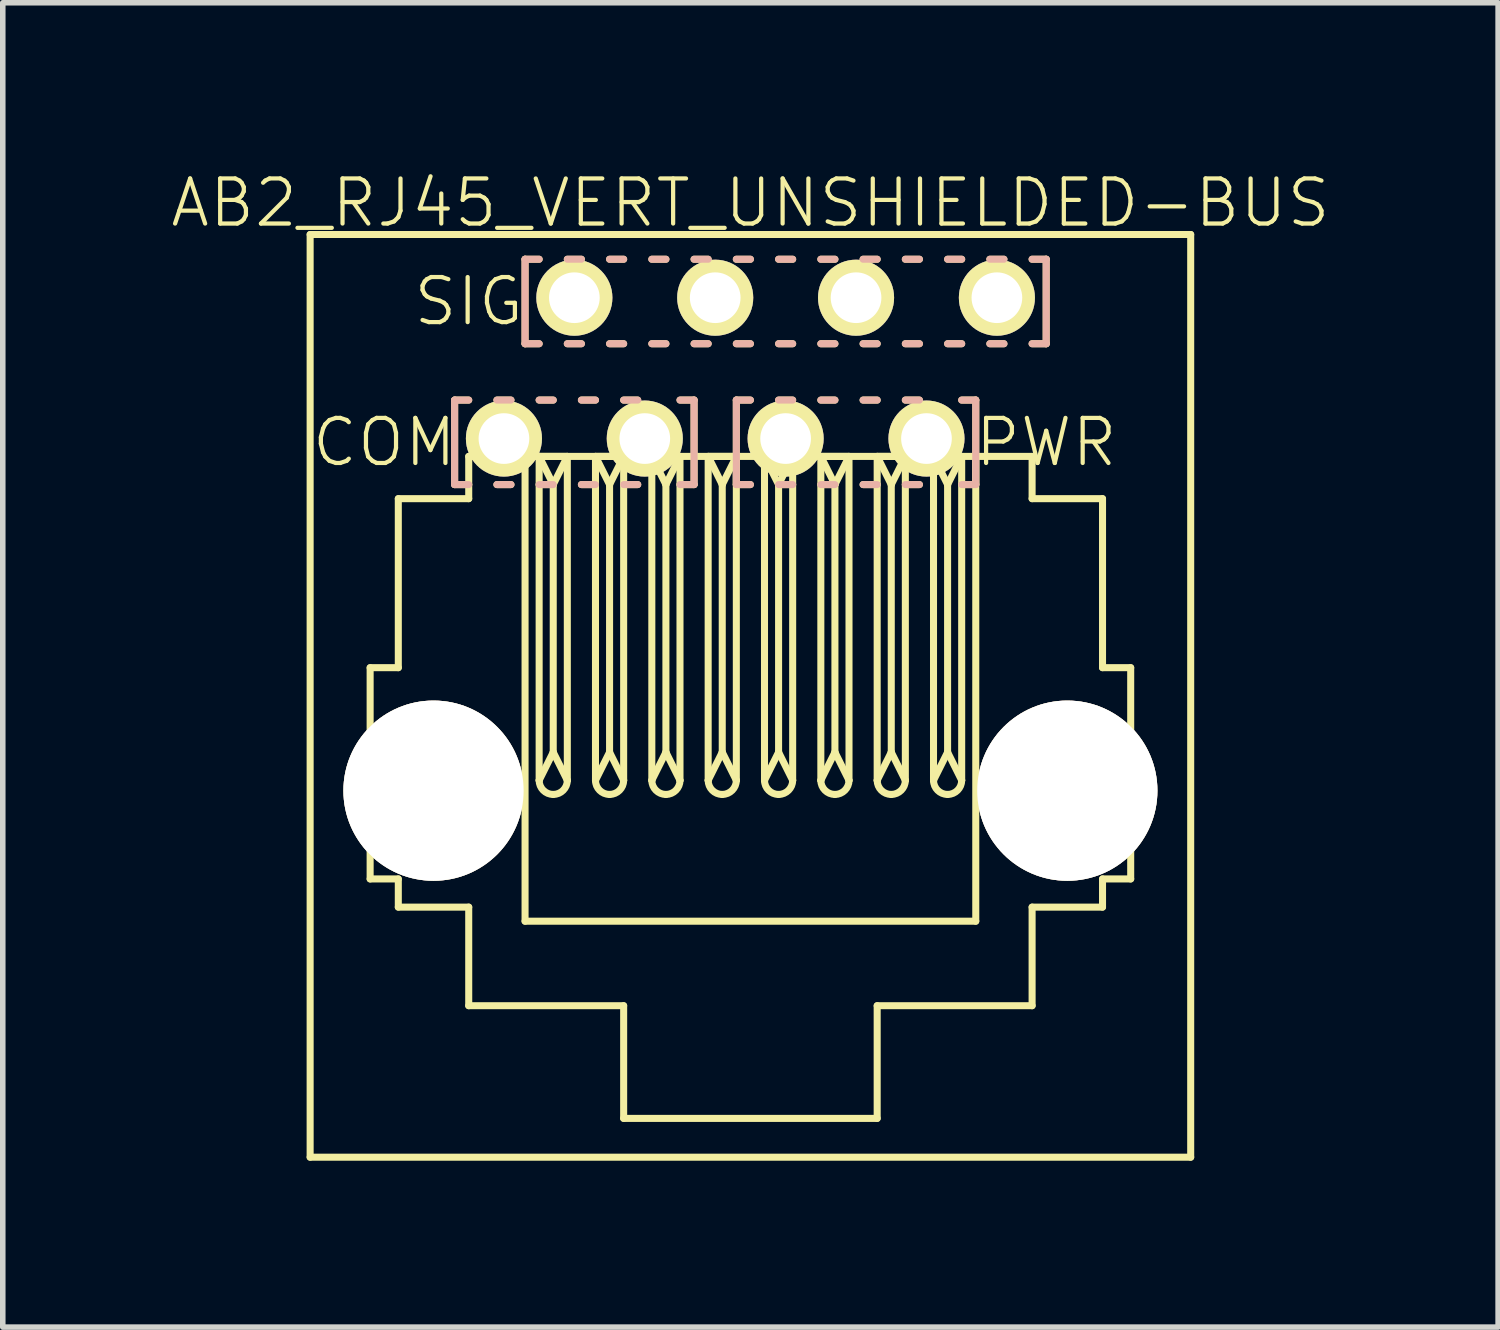
<source format=kicad_pcb>
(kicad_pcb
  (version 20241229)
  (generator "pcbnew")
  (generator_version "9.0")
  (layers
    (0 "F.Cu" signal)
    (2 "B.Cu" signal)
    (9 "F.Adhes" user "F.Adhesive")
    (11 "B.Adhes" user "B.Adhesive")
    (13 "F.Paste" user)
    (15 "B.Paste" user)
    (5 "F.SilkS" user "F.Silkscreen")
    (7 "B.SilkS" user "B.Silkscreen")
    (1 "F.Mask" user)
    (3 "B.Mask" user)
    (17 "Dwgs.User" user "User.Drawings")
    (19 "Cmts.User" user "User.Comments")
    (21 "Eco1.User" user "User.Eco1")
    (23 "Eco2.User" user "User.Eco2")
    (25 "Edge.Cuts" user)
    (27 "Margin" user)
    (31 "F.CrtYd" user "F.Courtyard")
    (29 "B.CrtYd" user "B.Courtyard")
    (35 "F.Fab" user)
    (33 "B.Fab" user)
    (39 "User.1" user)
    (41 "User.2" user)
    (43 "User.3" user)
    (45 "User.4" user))
  (footprint "AB2_RJ45_VERT_UNSHIELDED-BUS"
    (layer "F.Cu")
    (at 10.483 9.499)
    (property "Reference" "AB2_RJ45_VERT_UNSHIELDED-BUS" (at 0 -8.89 0) (layer "F.SilkS") (effects (font (size 0.813 0.813) (thickness 0.076))))
    (attr through_hole)
    (fp_line (start -7.94 -8.32) (end 7.94 -8.32) (stroke (width 0.127) (type solid)) (layer "F.SilkS"))
    (fp_line (start -7.94 8.32) (end -7.94 -8.32) (stroke (width 0.127) (type solid)) (layer "F.SilkS"))
    (fp_line (start -6.858 -0.508) (end -6.858 3.302) (stroke (width 0.127) (type solid)) (layer "F.SilkS"))
    (fp_line (start -6.858 -0.508) (end -6.35 -0.508) (stroke (width 0.127) (type solid)) (layer "F.SilkS"))
    (fp_line (start -6.858 3.302) (end -6.35 3.302) (stroke (width 0.127) (type solid)) (layer "F.SilkS"))
    (fp_line (start -6.35 -3.556) (end -5.08 -3.556) (stroke (width 0.127) (type solid)) (layer "F.SilkS"))
    (fp_line (start -6.35 -0.508) (end -6.35 -3.556) (stroke (width 0.127) (type solid)) (layer "F.SilkS"))
    (fp_line (start -6.35 3.302) (end -6.35 3.81) (stroke (width 0.127) (type solid)) (layer "F.SilkS"))
    (fp_line (start -6.35 3.81) (end -5.08 3.81) (stroke (width 0.127) (type solid)) (layer "F.SilkS"))
    (fp_line (start -5.334 -5.334) (end -5.334 -3.81) (stroke (width 0.127) (type solid)) (layer "F.SilkS"))
    (fp_line (start -5.334 -3.81) (end -5.08 -3.81) (stroke (width 0.127) (type solid)) (layer "F.SilkS"))
    (fp_line (start -5.08 -5.334) (end -5.334 -5.334) (stroke (width 0.127) (type solid)) (layer "F.SilkS"))
    (fp_line (start -5.08 -4.318) (end 5.08 -4.318) (stroke (width 0.127) (type solid)) (layer "F.SilkS"))
    (fp_line (start -5.08 -3.556) (end -5.08 -4.318) (stroke (width 0.127) (type solid)) (layer "F.SilkS"))
    (fp_line (start -5.08 3.81) (end -5.08 5.588) (stroke (width 0.127) (type solid)) (layer "F.SilkS"))
    (fp_line (start -4.572 -5.334) (end -4.318 -5.334) (stroke (width 0.127) (type solid)) (layer "F.SilkS"))
    (fp_line (start -4.572 -3.81) (end -4.318 -3.81) (stroke (width 0.127) (type solid)) (layer "F.SilkS"))
    (fp_line (start -4.064 -7.874) (end -4.064 -6.35) (stroke (width 0.127) (type solid)) (layer "F.SilkS"))
    (fp_line (start -4.064 -6.35) (end -3.81 -6.35) (stroke (width 0.127) (type solid)) (layer "F.SilkS"))
    (fp_line (start -4.064 -4.318) (end -4.064 4.064) (stroke (width 0.127) (type solid)) (layer "F.SilkS"))
    (fp_line (start -4.064 4.064) (end 4.064 4.064) (stroke (width 0.127) (type solid)) (layer "F.SilkS"))
    (fp_line (start -3.81 -7.874) (end -4.064 -7.874) (stroke (width 0.127) (type solid)) (layer "F.SilkS"))
    (fp_line (start -3.81 -5.334) (end -3.556 -5.334) (stroke (width 0.127) (type solid)) (layer "F.SilkS"))
    (fp_line (start -3.81 -4.318) (end -3.302 -4.318) (stroke (width 0.127) (type solid)) (layer "F.SilkS"))
    (fp_line (start -3.81 -3.81) (end -3.556 -3.81) (stroke (width 0.127) (type solid)) (layer "F.SilkS"))
    (fp_line (start -3.81 1.524) (end -3.81 -4.318) (stroke (width 0.127) (type solid)) (layer "F.SilkS"))
    (fp_line (start -3.556 -3.81) (end -3.81 -4.318) (stroke (width 0.127) (type solid)) (layer "F.SilkS"))
    (fp_line (start -3.556 -3.81) (end -3.556 1.016) (stroke (width 0.127) (type solid)) (layer "F.SilkS"))
    (fp_line (start -3.556 1.016) (end -3.81 1.524) (stroke (width 0.127) (type solid)) (layer "F.SilkS"))
    (fp_line (start -3.556 1.016) (end -3.302 1.524) (stroke (width 0.127) (type solid)) (layer "F.SilkS"))
    (fp_line (start -3.302 -7.874) (end -3.048 -7.874) (stroke (width 0.127) (type solid)) (layer "F.SilkS"))
    (fp_line (start -3.302 -4.318) (end -3.556 -3.81) (stroke (width 0.127) (type solid)) (layer "F.SilkS"))
    (fp_line (start -3.302 1.524) (end -3.302 -4.318) (stroke (width 0.127) (type solid)) (layer "F.SilkS"))
    (fp_line (start -3.048 -6.35) (end -3.302 -6.35) (stroke (width 0.127) (type solid)) (layer "F.SilkS"))
    (fp_line (start -3.048 -5.334) (end -2.794 -5.334) (stroke (width 0.127) (type solid)) (layer "F.SilkS"))
    (fp_line (start -3.048 -3.81) (end -2.794 -3.81) (stroke (width 0.127) (type solid)) (layer "F.SilkS"))
    (fp_line (start -2.794 -4.318) (end -2.286 -4.318) (stroke (width 0.127) (type solid)) (layer "F.SilkS"))
    (fp_line (start -2.794 1.524) (end -2.794 -4.318) (stroke (width 0.127) (type solid)) (layer "F.SilkS"))
    (fp_line (start -2.54 -7.874) (end -2.286 -7.874) (stroke (width 0.127) (type solid)) (layer "F.SilkS"))
    (fp_line (start -2.54 -3.81) (end -2.794 -4.318) (stroke (width 0.127) (type solid)) (layer "F.SilkS"))
    (fp_line (start -2.54 -3.81) (end -2.54 1.016) (stroke (width 0.127) (type solid)) (layer "F.SilkS"))
    (fp_line (start -2.54 -3.81) (end -2.286 -4.318) (stroke (width 0.127) (type solid)) (layer "F.SilkS"))
    (fp_line (start -2.54 1.016) (end -2.794 1.524) (stroke (width 0.127) (type solid)) (layer "F.SilkS"))
    (fp_line (start -2.54 1.016) (end -2.286 1.524) (stroke (width 0.127) (type solid)) (layer "F.SilkS"))
    (fp_line (start -2.286 -6.35) (end -2.54 -6.35) (stroke (width 0.127) (type solid)) (layer "F.SilkS"))
    (fp_line (start -2.286 -5.334) (end -2.032 -5.334) (stroke (width 0.127) (type solid)) (layer "F.SilkS"))
    (fp_line (start -2.286 -3.81) (end -2.032 -3.81) (stroke (width 0.127) (type solid)) (layer "F.SilkS"))
    (fp_line (start -2.286 1.524) (end -2.286 -4.318) (stroke (width 0.127) (type solid)) (layer "F.SilkS"))
    (fp_line (start -2.286 5.588) (end -5.08 5.588) (stroke (width 0.127) (type solid)) (layer "F.SilkS"))
    (fp_line (start -2.286 5.588) (end -2.286 7.62) (stroke (width 0.127) (type solid)) (layer "F.SilkS"))
    (fp_line (start -2.286 7.62) (end 2.286 7.62) (stroke (width 0.127) (type solid)) (layer "F.SilkS"))
    (fp_line (start -1.778 -7.874) (end -1.524 -7.874) (stroke (width 0.127) (type solid)) (layer "F.SilkS"))
    (fp_line (start -1.778 -4.318) (end -1.524 -3.81) (stroke (width 0.127) (type solid)) (layer "F.SilkS"))
    (fp_line (start -1.778 -4.318) (end -1.27 -4.318) (stroke (width 0.127) (type solid)) (layer "F.SilkS"))
    (fp_line (start -1.778 1.524) (end -1.778 -4.318) (stroke (width 0.127) (type solid)) (layer "F.SilkS"))
    (fp_line (start -1.524 -6.35) (end -1.778 -6.35) (stroke (width 0.127) (type solid)) (layer "F.SilkS"))
    (fp_line (start -1.524 -3.81) (end -1.524 1.016) (stroke (width 0.127) (type solid)) (layer "F.SilkS"))
    (fp_line (start -1.524 -3.81) (end -1.27 -4.318) (stroke (width 0.127) (type solid)) (layer "F.SilkS"))
    (fp_line (start -1.524 1.016) (end -1.778 1.524) (stroke (width 0.127) (type solid)) (layer "F.SilkS"))
    (fp_line (start -1.524 1.016) (end -1.27 1.524) (stroke (width 0.127) (type solid)) (layer "F.SilkS"))
    (fp_line (start -1.27 -5.334) (end -1.016 -5.334) (stroke (width 0.127) (type solid)) (layer "F.SilkS"))
    (fp_line (start -1.27 1.524) (end -1.27 -4.318) (stroke (width 0.127) (type solid)) (layer "F.SilkS"))
    (fp_line (start -1.016 -7.874) (end -0.762 -7.874) (stroke (width 0.127) (type solid)) (layer "F.SilkS"))
    (fp_line (start -1.016 -5.334) (end -1.016 -3.81) (stroke (width 0.127) (type solid)) (layer "F.SilkS"))
    (fp_line (start -1.016 -3.81) (end -1.27 -3.81) (stroke (width 0.127) (type solid)) (layer "F.SilkS"))
    (fp_line (start -0.762 -6.35) (end -1.016 -6.35) (stroke (width 0.127) (type solid)) (layer "F.SilkS"))
    (fp_line (start -0.762 -4.318) (end -0.254 -4.318) (stroke (width 0.127) (type solid)) (layer "F.SilkS"))
    (fp_line (start -0.762 1.524) (end -0.762 -4.318) (stroke (width 0.127) (type solid)) (layer "F.SilkS"))
    (fp_line (start -0.508 -3.81) (end -0.762 -4.318) (stroke (width 0.127) (type solid)) (layer "F.SilkS"))
    (fp_line (start -0.508 1.016) (end -0.762 1.524) (stroke (width 0.127) (type solid)) (layer "F.SilkS"))
    (fp_line (start -0.508 1.016) (end -0.508 -3.81) (stroke (width 0.127) (type solid)) (layer "F.SilkS"))
    (fp_line (start -0.508 1.016) (end -0.254 1.524) (stroke (width 0.127) (type solid)) (layer "F.SilkS"))
    (fp_line (start -0.254 -7.874) (end 0 -7.874) (stroke (width 0.127) (type solid)) (layer "F.SilkS"))
    (fp_line (start -0.254 -5.334) (end -0.254 -3.81) (stroke (width 0.127) (type solid)) (layer "F.SilkS"))
    (fp_line (start -0.254 -4.318) (end -0.508 -3.81) (stroke (width 0.127) (type solid)) (layer "F.SilkS"))
    (fp_line (start -0.254 -3.81) (end 0 -3.81) (stroke (width 0.127) (type solid)) (layer "F.SilkS"))
    (fp_line (start -0.254 1.524) (end -0.254 -4.318) (stroke (width 0.127) (type solid)) (layer "F.SilkS"))
    (fp_line (start 0 -6.35) (end -0.254 -6.35) (stroke (width 0.127) (type solid)) (layer "F.SilkS"))
    (fp_line (start 0 -5.334) (end -0.254 -5.334) (stroke (width 0.127) (type solid)) (layer "F.SilkS"))
    (fp_line (start 0.254 -4.318) (end 0.762 -4.318) (stroke (width 0.127) (type solid)) (layer "F.SilkS"))
    (fp_line (start 0.254 1.524) (end 0.254 -4.318) (stroke (width 0.127) (type solid)) (layer "F.SilkS"))
    (fp_line (start 0.508 -7.874) (end 0.762 -7.874) (stroke (width 0.127) (type solid)) (layer "F.SilkS"))
    (fp_line (start 0.508 -5.334) (end 0.762 -5.334) (stroke (width 0.127) (type solid)) (layer "F.SilkS"))
    (fp_line (start 0.508 -3.81) (end 0.254 -4.318) (stroke (width 0.127) (type solid)) (layer "F.SilkS"))
    (fp_line (start 0.508 -3.81) (end 0.508 1.016) (stroke (width 0.127) (type solid)) (layer "F.SilkS"))
    (fp_line (start 0.508 -3.81) (end 0.762 -3.81) (stroke (width 0.127) (type solid)) (layer "F.SilkS"))
    (fp_line (start 0.508 1.016) (end 0.254 1.524) (stroke (width 0.127) (type solid)) (layer "F.SilkS"))
    (fp_line (start 0.508 1.016) (end 0.762 1.524) (stroke (width 0.127) (type solid)) (layer "F.SilkS"))
    (fp_line (start 0.762 -6.35) (end 0.508 -6.35) (stroke (width 0.127) (type solid)) (layer "F.SilkS"))
    (fp_line (start 0.762 -4.318) (end 0.508 -3.81) (stroke (width 0.127) (type solid)) (layer "F.SilkS"))
    (fp_line (start 0.762 1.524) (end 0.762 -4.318) (stroke (width 0.127) (type solid)) (layer "F.SilkS"))
    (fp_line (start 1.27 -7.874) (end 1.524 -7.874) (stroke (width 0.127) (type solid)) (layer "F.SilkS"))
    (fp_line (start 1.27 -5.334) (end 1.524 -5.334) (stroke (width 0.127) (type solid)) (layer "F.SilkS"))
    (fp_line (start 1.27 -4.318) (end 1.778 -4.318) (stroke (width 0.127) (type solid)) (layer "F.SilkS"))
    (fp_line (start 1.27 -3.81) (end 1.524 -3.81) (stroke (width 0.127) (type solid)) (layer "F.SilkS"))
    (fp_line (start 1.27 1.524) (end 1.27 -4.318) (stroke (width 0.127) (type solid)) (layer "F.SilkS"))
    (fp_line (start 1.524 -6.35) (end 1.27 -6.35) (stroke (width 0.127) (type solid)) (layer "F.SilkS"))
    (fp_line (start 1.524 -3.81) (end 1.27 -4.318) (stroke (width 0.127) (type solid)) (layer "F.SilkS"))
    (fp_line (start 1.524 -3.81) (end 1.524 1.016) (stroke (width 0.127) (type solid)) (layer "F.SilkS"))
    (fp_line (start 1.524 1.016) (end 1.27 1.524) (stroke (width 0.127) (type solid)) (layer "F.SilkS"))
    (fp_line (start 1.524 1.016) (end 1.778 1.524) (stroke (width 0.127) (type solid)) (layer "F.SilkS"))
    (fp_line (start 1.778 -4.318) (end 1.524 -3.81) (stroke (width 0.127) (type solid)) (layer "F.SilkS"))
    (fp_line (start 1.778 1.524) (end 1.778 -4.318) (stroke (width 0.127) (type solid)) (layer "F.SilkS"))
    (fp_line (start 2.032 -7.874) (end 2.286 -7.874) (stroke (width 0.127) (type solid)) (layer "F.SilkS"))
    (fp_line (start 2.032 -5.334) (end 2.286 -5.334) (stroke (width 0.127) (type solid)) (layer "F.SilkS"))
    (fp_line (start 2.032 -3.81) (end 2.286 -3.81) (stroke (width 0.127) (type solid)) (layer "F.SilkS"))
    (fp_line (start 2.286 -6.35) (end 2.032 -6.35) (stroke (width 0.127) (type solid)) (layer "F.SilkS"))
    (fp_line (start 2.286 -4.318) (end 2.794 -4.318) (stroke (width 0.127) (type solid)) (layer "F.SilkS"))
    (fp_line (start 2.286 1.524) (end 2.286 -4.318) (stroke (width 0.127) (type solid)) (layer "F.SilkS"))
    (fp_line (start 2.286 5.588) (end 5.08 5.588) (stroke (width 0.127) (type solid)) (layer "F.SilkS"))
    (fp_line (start 2.286 7.62) (end 2.286 5.588) (stroke (width 0.127) (type solid)) (layer "F.SilkS"))
    (fp_line (start 2.54 -3.81) (end 2.286 -4.318) (stroke (width 0.127) (type solid)) (layer "F.SilkS"))
    (fp_line (start 2.54 -3.81) (end 2.54 1.016) (stroke (width 0.127) (type solid)) (layer "F.SilkS"))
    (fp_line (start 2.54 1.016) (end 2.286 1.524) (stroke (width 0.127) (type solid)) (layer "F.SilkS"))
    (fp_line (start 2.54 1.016) (end 2.794 1.524) (stroke (width 0.127) (type solid)) (layer "F.SilkS"))
    (fp_line (start 2.794 -7.874) (end 3.048 -7.874) (stroke (width 0.127) (type solid)) (layer "F.SilkS"))
    (fp_line (start 2.794 -5.334) (end 3.048 -5.334) (stroke (width 0.127) (type solid)) (layer "F.SilkS"))
    (fp_line (start 2.794 -4.318) (end 2.54 -3.81) (stroke (width 0.127) (type solid)) (layer "F.SilkS"))
    (fp_line (start 2.794 -3.81) (end 3.048 -3.81) (stroke (width 0.127) (type solid)) (layer "F.SilkS"))
    (fp_line (start 2.794 1.524) (end 2.794 -4.318) (stroke (width 0.127) (type solid)) (layer "F.SilkS"))
    (fp_line (start 3.048 -6.35) (end 2.794 -6.35) (stroke (width 0.127) (type solid)) (layer "F.SilkS"))
    (fp_line (start 3.302 -4.318) (end 3.81 -4.318) (stroke (width 0.127) (type solid)) (layer "F.SilkS"))
    (fp_line (start 3.302 1.524) (end 3.302 -4.318) (stroke (width 0.127) (type solid)) (layer "F.SilkS"))
    (fp_line (start 3.556 -7.874) (end 3.81 -7.874) (stroke (width 0.127) (type solid)) (layer "F.SilkS"))
    (fp_line (start 3.556 -3.81) (end 3.302 -4.318) (stroke (width 0.127) (type solid)) (layer "F.SilkS"))
    (fp_line (start 3.556 -3.81) (end 3.556 1.016) (stroke (width 0.127) (type solid)) (layer "F.SilkS"))
    (fp_line (start 3.556 1.016) (end 3.302 1.524) (stroke (width 0.127) (type solid)) (layer "F.SilkS"))
    (fp_line (start 3.556 1.016) (end 3.81 1.524) (stroke (width 0.127) (type solid)) (layer "F.SilkS"))
    (fp_line (start 3.81 -6.35) (end 3.556 -6.35) (stroke (width 0.127) (type solid)) (layer "F.SilkS"))
    (fp_line (start 3.81 -5.334) (end 4.064 -5.334) (stroke (width 0.127) (type solid)) (layer "F.SilkS"))
    (fp_line (start 3.81 -4.318) (end 3.556 -3.81) (stroke (width 0.127) (type solid)) (layer "F.SilkS"))
    (fp_line (start 3.81 1.524) (end 3.81 -4.318) (stroke (width 0.127) (type solid)) (layer "F.SilkS"))
    (fp_line (start 4.064 -5.334) (end 4.064 -3.81) (stroke (width 0.127) (type solid)) (layer "F.SilkS"))
    (fp_line (start 4.064 -3.81) (end 3.81 -3.81) (stroke (width 0.127) (type solid)) (layer "F.SilkS"))
    (fp_line (start 4.064 4.064) (end 4.064 -4.318) (stroke (width 0.127) (type solid)) (layer "F.SilkS"))
    (fp_line (start 4.318 -7.874) (end 4.572 -7.874) (stroke (width 0.127) (type solid)) (layer "F.SilkS"))
    (fp_line (start 4.572 -6.35) (end 4.318 -6.35) (stroke (width 0.127) (type solid)) (layer "F.SilkS"))
    (fp_line (start 5.08 -7.874) (end 5.334 -7.874) (stroke (width 0.127) (type solid)) (layer "F.SilkS"))
    (fp_line (start 5.08 -3.556) (end 5.08 -4.318) (stroke (width 0.127) (type solid)) (layer "F.SilkS"))
    (fp_line (start 5.08 3.81) (end 6.35 3.81) (stroke (width 0.127) (type solid)) (layer "F.SilkS"))
    (fp_line (start 5.08 5.588) (end 5.08 3.81) (stroke (width 0.127) (type solid)) (layer "F.SilkS"))
    (fp_line (start 5.334 -7.874) (end 5.334 -6.35) (stroke (width 0.127) (type solid)) (layer "F.SilkS"))
    (fp_line (start 5.334 -6.35) (end 5.08 -6.35) (stroke (width 0.127) (type solid)) (layer "F.SilkS"))
    (fp_line (start 6.35 -3.556) (end 5.08 -3.556) (stroke (width 0.127) (type solid)) (layer "F.SilkS"))
    (fp_line (start 6.35 -0.508) (end 6.35 -3.556) (stroke (width 0.127) (type solid)) (layer "F.SilkS"))
    (fp_line (start 6.35 3.302) (end 6.858 3.302) (stroke (width 0.127) (type solid)) (layer "F.SilkS"))
    (fp_line (start 6.35 3.81) (end 6.35 3.302) (stroke (width 0.127) (type solid)) (layer "F.SilkS"))
    (fp_line (start 6.858 -0.508) (end 6.35 -0.508) (stroke (width 0.127) (type solid)) (layer "F.SilkS"))
    (fp_line (start 6.858 -0.508) (end 6.858 3.302) (stroke (width 0.127) (type solid)) (layer "F.SilkS"))
    (fp_line (start 7.94 -8.32) (end 7.94 8.32) (stroke (width 0.127) (type solid)) (layer "F.SilkS"))
    (fp_line (start 7.94 8.32) (end -7.94 8.32) (stroke (width 0.127) (type solid)) (layer "F.SilkS"))
    (fp_arc (start -3.556 1.778) (mid -3.735605 1.703605) (end -3.81 1.524) (stroke (width 0.127) (type solid)) (layer "F.SilkS"))
    (fp_arc (start -3.302 1.524) (mid -3.376395 1.703605) (end -3.556 1.778) (stroke (width 0.127) (type solid)) (layer "F.SilkS"))
    (fp_arc (start -2.54 1.778) (mid -2.719605 1.703605) (end -2.794 1.524) (stroke (width 0.127) (type solid)) (layer "F.SilkS"))
    (fp_arc (start -2.286 1.524) (mid -2.360395 1.703605) (end -2.54 1.778) (stroke (width 0.127) (type solid)) (layer "F.SilkS"))
    (fp_arc (start -1.524 1.778) (mid -1.703605 1.703605) (end -1.778 1.524) (stroke (width 0.127) (type solid)) (layer "F.SilkS"))
    (fp_arc (start -1.27 1.524) (mid -1.344395 1.703605) (end -1.524 1.778) (stroke (width 0.127) (type solid)) (layer "F.SilkS"))
    (fp_arc (start -0.508 1.778) (mid -0.687605 1.703605) (end -0.762 1.524) (stroke (width 0.127) (type solid)) (layer "F.SilkS"))
    (fp_arc (start -0.254 1.524) (mid -0.328395 1.703605) (end -0.508 1.778) (stroke (width 0.127) (type solid)) (layer "F.SilkS"))
    (fp_arc (start 0.508 1.778) (mid 0.328395 1.703605) (end 0.254 1.524) (stroke (width 0.127) (type solid)) (layer "F.SilkS"))
    (fp_arc (start 0.762 1.524) (mid 0.687605 1.703605) (end 0.508 1.778) (stroke (width 0.127) (type solid)) (layer "F.SilkS"))
    (fp_arc (start 1.524 1.778) (mid 1.344395 1.703605) (end 1.27 1.524) (stroke (width 0.127) (type solid)) (layer "F.SilkS"))
    (fp_arc (start 1.778 1.524) (mid 1.703605 1.703605) (end 1.524 1.778) (stroke (width 0.127) (type solid)) (layer "F.SilkS"))
    (fp_arc (start 2.54 1.778) (mid 2.360395 1.703605) (end 2.286 1.524) (stroke (width 0.127) (type solid)) (layer "F.SilkS"))
    (fp_arc (start 2.794 1.524) (mid 2.719605 1.703605) (end 2.54 1.778) (stroke (width 0.127) (type solid)) (layer "F.SilkS"))
    (fp_arc (start 3.556 1.778) (mid 3.376395 1.703605) (end 3.302 1.524) (stroke (width 0.127) (type solid)) (layer "F.SilkS"))
    (fp_arc (start 3.81 1.524) (mid 3.735605 1.703605) (end 3.556 1.778) (stroke (width 0.127) (type solid)) (layer "F.SilkS"))
    (fp_line (start -5.334 -5.334) (end -5.334 -3.81) (stroke (width 0.127) (type solid)) (layer "B.SilkS"))
    (fp_line (start -5.334 -3.81) (end -5.08 -3.81) (stroke (width 0.127) (type solid)) (layer "B.SilkS"))
    (fp_line (start -5.08 -5.334) (end -5.334 -5.334) (stroke (width 0.127) (type solid)) (layer "B.SilkS"))
    (fp_line (start -4.318 -5.334) (end -4.572 -5.334) (stroke (width 0.127) (type solid)) (layer "B.SilkS"))
    (fp_line (start -4.318 -3.81) (end -4.572 -3.81) (stroke (width 0.127) (type solid)) (layer "B.SilkS"))
    (fp_line (start -4.064 -7.874) (end -4.064 -6.35) (stroke (width 0.127) (type solid)) (layer "B.SilkS"))
    (fp_line (start -4.064 -6.35) (end -3.81 -6.35) (stroke (width 0.127) (type solid)) (layer "B.SilkS"))
    (fp_line (start -3.81 -7.874) (end -4.064 -7.874) (stroke (width 0.127) (type solid)) (layer "B.SilkS"))
    (fp_line (start -3.556 -5.334) (end -3.81 -5.334) (stroke (width 0.127) (type solid)) (layer "B.SilkS"))
    (fp_line (start -3.556 -3.81) (end -3.81 -3.81) (stroke (width 0.127) (type solid)) (layer "B.SilkS"))
    (fp_line (start -3.048 -7.874) (end -3.302 -7.874) (stroke (width 0.127) (type solid)) (layer "B.SilkS"))
    (fp_line (start -3.048 -6.35) (end -3.302 -6.35) (stroke (width 0.127) (type solid)) (layer "B.SilkS"))
    (fp_line (start -2.794 -5.334) (end -3.048 -5.334) (stroke (width 0.127) (type solid)) (layer "B.SilkS"))
    (fp_line (start -2.794 -3.81) (end -3.048 -3.81) (stroke (width 0.127) (type solid)) (layer "B.SilkS"))
    (fp_line (start -2.286 -7.874) (end -2.54 -7.874) (stroke (width 0.127) (type solid)) (layer "B.SilkS"))
    (fp_line (start -2.286 -6.35) (end -2.54 -6.35) (stroke (width 0.127) (type solid)) (layer "B.SilkS"))
    (fp_line (start -2.032 -5.334) (end -2.286 -5.334) (stroke (width 0.127) (type solid)) (layer "B.SilkS"))
    (fp_line (start -2.032 -3.81) (end -2.286 -3.81) (stroke (width 0.127) (type solid)) (layer "B.SilkS"))
    (fp_line (start -1.524 -7.874) (end -1.778 -7.874) (stroke (width 0.127) (type solid)) (layer "B.SilkS"))
    (fp_line (start -1.524 -6.35) (end -1.778 -6.35) (stroke (width 0.127) (type solid)) (layer "B.SilkS"))
    (fp_line (start -1.27 -5.334) (end -1.016 -5.334) (stroke (width 0.127) (type solid)) (layer "B.SilkS"))
    (fp_line (start -1.016 -5.334) (end -1.016 -3.81) (stroke (width 0.127) (type solid)) (layer "B.SilkS"))
    (fp_line (start -1.016 -3.81) (end -1.27 -3.81) (stroke (width 0.127) (type solid)) (layer "B.SilkS"))
    (fp_line (start -0.762 -7.874) (end -1.016 -7.874) (stroke (width 0.127) (type solid)) (layer "B.SilkS"))
    (fp_line (start -0.762 -6.35) (end -1.016 -6.35) (stroke (width 0.127) (type solid)) (layer "B.SilkS"))
    (fp_line (start -0.254 -5.334) (end -0.254 -3.81) (stroke (width 0.127) (type solid)) (layer "B.SilkS"))
    (fp_line (start -0.254 -3.81) (end 0 -3.81) (stroke (width 0.127) (type solid)) (layer "B.SilkS"))
    (fp_line (start 0 -7.874) (end -0.254 -7.874) (stroke (width 0.127) (type solid)) (layer "B.SilkS"))
    (fp_line (start 0 -6.35) (end -0.254 -6.35) (stroke (width 0.127) (type solid)) (layer "B.SilkS"))
    (fp_line (start 0 -5.334) (end -0.254 -5.334) (stroke (width 0.127) (type solid)) (layer "B.SilkS"))
    (fp_line (start 0.762 -7.874) (end 0.508 -7.874) (stroke (width 0.127) (type solid)) (layer "B.SilkS"))
    (fp_line (start 0.762 -6.35) (end 0.508 -6.35) (stroke (width 0.127) (type solid)) (layer "B.SilkS"))
    (fp_line (start 0.762 -5.334) (end 0.508 -5.334) (stroke (width 0.127) (type solid)) (layer "B.SilkS"))
    (fp_line (start 0.762 -3.81) (end 0.508 -3.81) (stroke (width 0.127) (type solid)) (layer "B.SilkS"))
    (fp_line (start 1.524 -7.874) (end 1.27 -7.874) (stroke (width 0.127) (type solid)) (layer "B.SilkS"))
    (fp_line (start 1.524 -6.35) (end 1.27 -6.35) (stroke (width 0.127) (type solid)) (layer "B.SilkS"))
    (fp_line (start 1.524 -5.334) (end 1.27 -5.334) (stroke (width 0.127) (type solid)) (layer "B.SilkS"))
    (fp_line (start 1.524 -3.81) (end 1.27 -3.81) (stroke (width 0.127) (type solid)) (layer "B.SilkS"))
    (fp_line (start 2.286 -7.874) (end 2.032 -7.874) (stroke (width 0.127) (type solid)) (layer "B.SilkS"))
    (fp_line (start 2.286 -6.35) (end 2.032 -6.35) (stroke (width 0.127) (type solid)) (layer "B.SilkS"))
    (fp_line (start 2.286 -5.334) (end 2.032 -5.334) (stroke (width 0.127) (type solid)) (layer "B.SilkS"))
    (fp_line (start 2.286 -3.81) (end 2.032 -3.81) (stroke (width 0.127) (type solid)) (layer "B.SilkS"))
    (fp_line (start 3.048 -7.874) (end 2.794 -7.874) (stroke (width 0.127) (type solid)) (layer "B.SilkS"))
    (fp_line (start 3.048 -6.35) (end 2.794 -6.35) (stroke (width 0.127) (type solid)) (layer "B.SilkS"))
    (fp_line (start 3.048 -5.334) (end 2.794 -5.334) (stroke (width 0.127) (type solid)) (layer "B.SilkS"))
    (fp_line (start 3.048 -3.81) (end 2.794 -3.81) (stroke (width 0.127) (type solid)) (layer "B.SilkS"))
    (fp_line (start 3.81 -7.874) (end 3.556 -7.874) (stroke (width 0.127) (type solid)) (layer "B.SilkS"))
    (fp_line (start 3.81 -6.35) (end 3.556 -6.35) (stroke (width 0.127) (type solid)) (layer "B.SilkS"))
    (fp_line (start 3.81 -5.334) (end 4.064 -5.334) (stroke (width 0.127) (type solid)) (layer "B.SilkS"))
    (fp_line (start 4.064 -5.334) (end 4.064 -3.81) (stroke (width 0.127) (type solid)) (layer "B.SilkS"))
    (fp_line (start 4.064 -3.81) (end 3.81 -3.81) (stroke (width 0.127) (type solid)) (layer "B.SilkS"))
    (fp_line (start 4.572 -7.874) (end 4.318 -7.874) (stroke (width 0.127) (type solid)) (layer "B.SilkS"))
    (fp_line (start 4.572 -6.35) (end 4.318 -6.35) (stroke (width 0.127) (type solid)) (layer "B.SilkS"))
    (fp_line (start 5.08 -7.874) (end 5.334 -7.874) (stroke (width 0.127) (type solid)) (layer "B.SilkS"))
    (fp_line (start 5.334 -7.874) (end 5.334 -6.35) (stroke (width 0.127) (type solid)) (layer "B.SilkS"))
    (fp_line (start 5.334 -6.35) (end 5.08 -6.35) (stroke (width 0.127) (type solid)) (layer "B.SilkS"))
    (fp_text user "SIG" (at -5.08 -7.112 0) (layer "F.SilkS") (effects (font (size 0.813 0.813) (thickness 0.076))))
    (fp_text user "COM" (at -6.604 -4.572 0) (layer "F.SilkS") (effects (font (size 0.813 0.813) (thickness 0.076))))
    (fp_text user "PWR" (at 5.334 -4.572 0) (layer "F.SilkS") (effects (font (size 0.813 0.813) (thickness 0.076))))
    (pad "" thru_hole circle (at -5.715 1.71) (size 3.25 3.25) (drill 3.25) (layers "*.Cu" "*.Mask" "F.SilkS"))
    (pad "" thru_hole circle (at 5.715 1.71) (size 3.25 3.25) (drill 3.25) (layers "*.Cu" "*.Mask" "F.SilkS"))
    (pad "1" thru_hole circle (at -4.445 -4.64) (size 1.372 1.372) (drill 0.914) (layers "*.Cu" "*.Mask" "F.SilkS"))
    (pad "2" thru_hole circle (at -3.175 -7.18) (size 1.372 1.372) (drill 0.914) (layers "*.Cu" "*.Mask" "F.SilkS"))
    (pad "3" thru_hole circle (at -1.905 -4.64) (size 1.372 1.372) (drill 0.914) (layers "*.Cu" "*.Mask" "F.SilkS"))
    (pad "4" thru_hole circle (at -0.635 -7.18) (size 1.372 1.372) (drill 0.914) (layers "*.Cu" "*.Mask" "F.SilkS"))
    (pad "5" thru_hole circle (at 0.635 -4.64) (size 1.372 1.372) (drill 0.914) (layers "*.Cu" "*.Mask" "F.SilkS"))
    (pad "6" thru_hole circle (at 1.905 -7.18) (size 1.372 1.372) (drill 0.914) (layers "*.Cu" "*.Mask" "F.SilkS"))
    (pad "7" thru_hole circle (at 3.175 -4.64) (size 1.372 1.372) (drill 0.914) (layers "*.Cu" "*.Mask" "F.SilkS"))
    (pad "8" thru_hole circle (at 4.445 -7.18) (size 1.372 1.372) (drill 0.914) (layers "*.Cu" "*.Mask" "F.SilkS")))
  (gr_rect
    (start -3 -3)
    (end 23.967 20.883)
    (stroke (width 0.1) (type default))
    (fill no)
    (layer "Edge.Cuts")))
</source>
